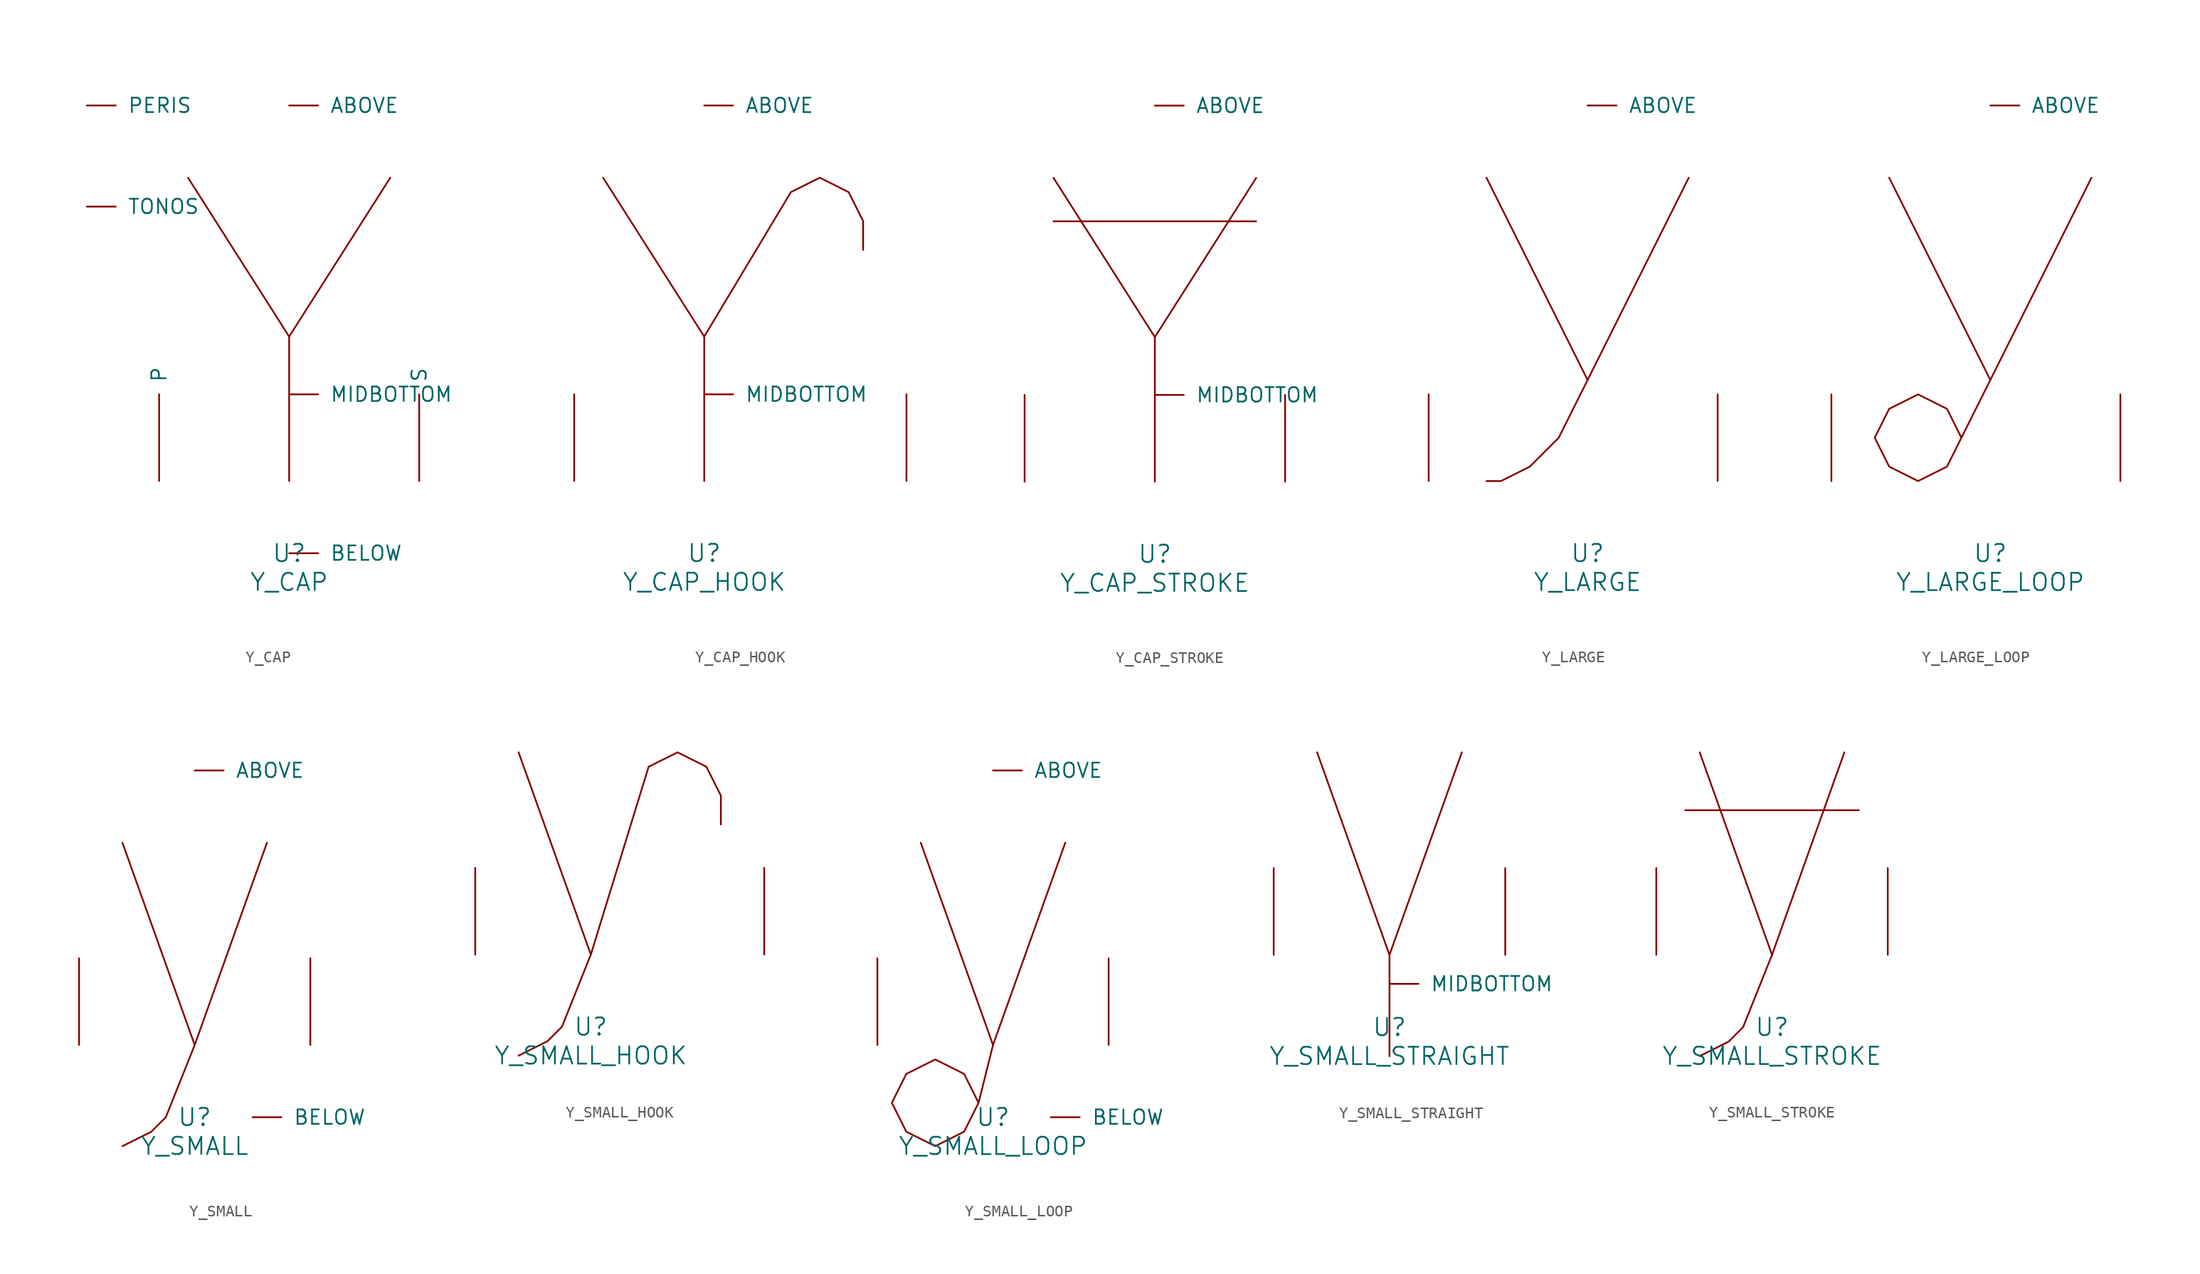
<source format=kicad_sym>
(kicad_symbol_lib
  (version 20220914)
  (generator font_lib2sym)
  (symbol "Y_CAP"
    (pin_names
      (offset 1.016))
    (property "Reference" "U"
      (at 0 -6.35 0)
      (effects (font (size 1.524 1.524))))
    (property "Value" "Y_CAP"
      (at 0 -8.89 0)
      (effects (font (size 1.524 1.524))))
    (symbol "Y_CAP_0_1"
      (polyline (pts (xy 0 12.7) (xy 0 0)) (stroke (width 0) (type solid)) (fill (type none)))
      (polyline (pts (xy -8.89 26.67) (xy 0 12.7) (xy 8.89 26.67)) (stroke (width 0) (type solid)) (fill (type none)))
      (pin input line (at 0 33.02 0) (length 2.54) (name "ABOVE" (effects (font (size 1.27 1.27)))) (number "~" (effects (font (size 1.27 1.27)))))
      (pin input line (at 0 -6.35 0) (length 2.54) (name "BELOW" (effects (font (size 1.27 1.27)))) (number "~" (effects (font (size 1.27 1.27)))))
      (pin input line (at 0 7.62 0) (length 2.54) (name "MIDBOTTOM" (effects (font (size 1.27 1.27)))) (number "~" (effects (font (size 1.27 1.27)))))
      (pin input line (at -11.43 0 90) (length 7.62) (name "P" (effects (font (size 1.27 1.27)))) (number "~" (effects (font (size 1.27 1.27)))))
      (pin input line (at -17.78 33.02 0) (length 2.54) (name "PERIS" (effects (font (size 1.27 1.27)))) (number "~" (effects (font (size 1.27 1.27)))))
      (pin input line (at 11.43 0 90) (length 7.62) (name "S" (effects (font (size 1.27 1.27)))) (number "~" (effects (font (size 1.27 1.27)))))
      (pin input line (at -17.78 24.13 0) (length 2.54) (name "TONOS" (effects (font (size 1.27 1.27)))) (number "~" (effects (font (size 1.27 1.27)))))))
  (symbol "Y_CAP_HOOK"
    (pin_names
      (offset 1.016))
    (property "Reference" "U"
      (at 0 -6.35 0)
      (effects (font (size 1.524 1.524))))
    (property "Value" "Y_CAP_HOOK"
      (at 0 -8.89 0)
      (effects (font (size 1.524 1.524))))
    (symbol "Y_CAP_HOOK_0_1"
      (polyline (pts (xy 0 12.7) (xy 0 0)) (stroke (width 0) (type solid)) (fill (type none)))
      (polyline (pts (xy -8.89 26.67) (xy 0 12.7) (xy 7.62 25.4) (xy 10.16 26.67) (xy 12.7 25.4) (xy 13.97 22.86) (xy 13.97 20.32)) (stroke (width 0) (type solid)) (fill (type none)))
      (pin input line (at 0 33.02 0) (length 2.54) (name "ABOVE" (effects (font (size 1.27 1.27)))) (number "~" (effects (font (size 1.27 1.27)))))
      (pin input line (at 0 7.62 0) (length 2.54) (name "MIDBOTTOM" (effects (font (size 1.27 1.27)))) (number "~" (effects (font (size 1.27 1.27)))))
      (pin input line (at -11.43 0 90) (length 7.62) (name "~" (effects (font (size 1.27 1.27)))) (number "~" (effects (font (size 1.27 1.27)))))
      (pin input line (at 17.78 0 90) (length 7.62) (name "~" (effects (font (size 1.27 1.27)))) (number "~" (effects (font (size 1.27 1.27)))))))
  (symbol "Y_CAP_STROKE"
    (pin_names
      (offset 1.016))
    (property "Reference" "U"
      (at 0 -6.35 0)
      (effects (font (size 1.524 1.524))))
    (property "Value" "Y_CAP_STROKE"
      (at 0 -8.89 0)
      (effects (font (size 1.524 1.524))))
    (symbol "Y_CAP_STROKE_0_1"
      (polyline (pts (xy -8.89 22.86) (xy 8.89 22.86)) (stroke (width 0) (type solid)) (fill (type none)))
      (polyline (pts (xy 0 12.7) (xy 0 0)) (stroke (width 0) (type solid)) (fill (type none)))
      (polyline (pts (xy -8.89 26.67) (xy 0 12.7) (xy 8.89 26.67)) (stroke (width 0) (type solid)) (fill (type none)))
      (pin input line (at 0 33.02 0) (length 2.54) (name "ABOVE" (effects (font (size 1.27 1.27)))) (number "~" (effects (font (size 1.27 1.27)))))
      (pin input line (at 0 7.62 0) (length 2.54) (name "MIDBOTTOM" (effects (font (size 1.27 1.27)))) (number "~" (effects (font (size 1.27 1.27)))))
      (pin input line (at -11.43 0 90) (length 7.62) (name "~" (effects (font (size 1.27 1.27)))) (number "~" (effects (font (size 1.27 1.27)))))
      (pin input line (at 11.43 0 90) (length 7.62) (name "~" (effects (font (size 1.27 1.27)))) (number "~" (effects (font (size 1.27 1.27)))))))
  (symbol "Y_LARGE"
    (pin_names
      (offset 1.016))
    (property "Reference" "U"
      (at 0 -6.35 0)
      (effects (font (size 1.524 1.524))))
    (property "Value" "Y_LARGE"
      (at 0 -8.89 0)
      (effects (font (size 1.524 1.524))))
    (symbol "Y_LARGE_0_1"
      (polyline (pts (xy -8.89 26.67) (xy 0 8.89)) (stroke (width 0) (type solid)) (fill (type none)))
      (polyline (pts (xy 8.89 26.67) (xy -2.54 3.81) (xy -5.08 1.27) (xy -7.62 0) (xy -8.89 0)) (stroke (width 0) (type solid)) (fill (type none)))
      (pin input line (at 0 33.02 0) (length 2.54) (name "ABOVE" (effects (font (size 1.27 1.27)))) (number "~" (effects (font (size 1.27 1.27)))))
      (pin input line (at -13.97 0 90) (length 7.62) (name "~" (effects (font (size 1.27 1.27)))) (number "~" (effects (font (size 1.27 1.27)))))
      (pin input line (at 11.43 0 90) (length 7.62) (name "~" (effects (font (size 1.27 1.27)))) (number "~" (effects (font (size 1.27 1.27)))))))
  (symbol "Y_LARGE_LOOP"
    (pin_names
      (offset 1.016))
    (property "Reference" "U"
      (at 0 -6.35 0)
      (effects (font (size 1.524 1.524))))
    (property "Value" "Y_LARGE_LOOP"
      (at 0 -8.89 0)
      (effects (font (size 1.524 1.524))))
    (symbol "Y_LARGE_LOOP_0_1"
      (polyline (pts (xy -8.89 26.67) (xy 0 8.89)) (stroke (width 0) (type solid)) (fill (type none)))
      (polyline (pts (xy 8.89 26.67) (xy 0 8.89) (xy -2.54 3.81) (xy -3.81 1.27) (xy -6.35 0) (xy -8.89 1.27) (xy -10.16 3.81) (xy -8.89 6.35) (xy -6.35 7.62) (xy -3.81 6.35) (xy -2.54 3.81)) (stroke (width 0) (type solid)) (fill (type none)))
      (pin input line (at 0 33.02 0) (length 2.54) (name "ABOVE" (effects (font (size 1.27 1.27)))) (number "~" (effects (font (size 1.27 1.27)))))
      (pin input line (at -13.97 0 90) (length 7.62) (name "~" (effects (font (size 1.27 1.27)))) (number "~" (effects (font (size 1.27 1.27)))))
      (pin input line (at 11.43 0 90) (length 7.62) (name "~" (effects (font (size 1.27 1.27)))) (number "~" (effects (font (size 1.27 1.27)))))))
  (symbol "Y_SMALL"
    (pin_names
      (offset 1.016))
    (property "Reference" "U"
      (at 0 -6.35 0)
      (effects (font (size 1.524 1.524))))
    (property "Value" "Y_SMALL"
      (at 0 -8.89 0)
      (effects (font (size 1.524 1.524))))
    (symbol "Y_SMALL_0_1"
      (polyline (pts (xy -6.35 17.78) (xy 0 0)) (stroke (width 0) (type solid)) (fill (type none)))
      (polyline (pts (xy 6.35 17.78) (xy 0 0) (xy -2.54 -6.35) (xy -3.81 -7.62) (xy -6.35 -8.89)) (stroke (width 0) (type solid)) (fill (type none)))
      (pin input line (at 0 24.13 0) (length 2.54) (name "ABOVE" (effects (font (size 1.27 1.27)))) (number "~" (effects (font (size 1.27 1.27)))))
      (pin input line (at 5.08 -6.35 0) (length 2.54) (name "BELOW" (effects (font (size 1.27 1.27)))) (number "~" (effects (font (size 1.27 1.27)))))
      (pin input line (at -10.16 0 90) (length 7.62) (name "~" (effects (font (size 1.27 1.27)))) (number "~" (effects (font (size 1.27 1.27)))))
      (pin input line (at 10.16 0 90) (length 7.62) (name "~" (effects (font (size 1.27 1.27)))) (number "~" (effects (font (size 1.27 1.27)))))))
  (symbol "Y_SMALL_HOOK"
    (pin_names
      (offset 1.016))
    (property "Reference" "U"
      (at 0 -6.35 0)
      (effects (font (size 1.524 1.524))))
    (property "Value" "Y_SMALL_HOOK"
      (at 0 -8.89 0)
      (effects (font (size 1.524 1.524))))
    (symbol "Y_SMALL_HOOK_0_1"
      (polyline (pts (xy -6.35 17.78) (xy 0 0)) (stroke (width 0) (type solid)) (fill (type none)))
      (polyline (pts (xy -6.35 -8.89) (xy -3.81 -7.62) (xy -2.54 -6.35) (xy 0 0) (xy 5.08 16.51) (xy 7.62 17.78) (xy 10.16 16.51) (xy 11.43 13.97) (xy 11.43 11.43)) (stroke (width 0) (type solid)) (fill (type none)))
      (pin input line (at -10.16 0 90) (length 7.62) (name "~" (effects (font (size 1.27 1.27)))) (number "~" (effects (font (size 1.27 1.27)))))
      (pin input line (at 15.24 0 90) (length 7.62) (name "~" (effects (font (size 1.27 1.27)))) (number "~" (effects (font (size 1.27 1.27)))))))
  (symbol "Y_SMALL_LOOP"
    (pin_names
      (offset 1.016))
    (property "Reference" "U"
      (at 0 -6.35 0)
      (effects (font (size 1.524 1.524))))
    (property "Value" "Y_SMALL_LOOP"
      (at 0 -8.89 0)
      (effects (font (size 1.524 1.524))))
    (symbol "Y_SMALL_LOOP_0_1"
      (polyline (pts (xy -6.35 17.78) (xy 0 0)) (stroke (width 0) (type solid)) (fill (type none)))
      (polyline (pts (xy 6.35 17.78) (xy 0 0) (xy -1.27 -5.08) (xy -2.54 -7.62) (xy -5.08 -8.89) (xy -7.62 -7.62) (xy -8.89 -5.08) (xy -7.62 -2.54) (xy -5.08 -1.27) (xy -2.54 -2.54) (xy -1.27 -5.08)) (stroke (width 0) (type solid)) (fill (type none)))
      (pin input line (at 0 24.13 0) (length 2.54) (name "ABOVE" (effects (font (size 1.27 1.27)))) (number "~" (effects (font (size 1.27 1.27)))))
      (pin input line (at 5.08 -6.35 0) (length 2.54) (name "BELOW" (effects (font (size 1.27 1.27)))) (number "~" (effects (font (size 1.27 1.27)))))
      (pin input line (at -10.16 0 90) (length 7.62) (name "~" (effects (font (size 1.27 1.27)))) (number "~" (effects (font (size 1.27 1.27)))))
      (pin input line (at 10.16 0 90) (length 7.62) (name "~" (effects (font (size 1.27 1.27)))) (number "~" (effects (font (size 1.27 1.27)))))))
  (symbol "Y_SMALL_STRAIGHT"
    (pin_names
      (offset 1.016))
    (property "Reference" "U"
      (at 0 -6.35 0)
      (effects (font (size 1.524 1.524))))
    (property "Value" "Y_SMALL_STRAIGHT"
      (at 0 -8.89 0)
      (effects (font (size 1.524 1.524))))
    (symbol "Y_SMALL_STRAIGHT_0_1"
      (polyline (pts (xy 0 0) (xy 0 -8.89)) (stroke (width 0) (type solid)) (fill (type none)))
      (polyline (pts (xy -6.35 17.78) (xy 0 0) (xy 6.35 17.78)) (stroke (width 0) (type solid)) (fill (type none)))
      (pin input line (at 0 -2.54 0) (length 2.54) (name "MIDBOTTOM" (effects (font (size 1.27 1.27)))) (number "~" (effects (font (size 1.27 1.27)))))
      (pin input line (at -10.16 0 90) (length 7.62) (name "~" (effects (font (size 1.27 1.27)))) (number "~" (effects (font (size 1.27 1.27)))))
      (pin input line (at 10.16 0 90) (length 7.62) (name "~" (effects (font (size 1.27 1.27)))) (number "~" (effects (font (size 1.27 1.27)))))))
  (symbol "Y_SMALL_STROKE"
    (pin_names
      (offset 1.016))
    (property "Reference" "U"
      (at 0 -6.35 0)
      (effects (font (size 1.524 1.524))))
    (property "Value" "Y_SMALL_STROKE"
      (at 0 -8.89 0)
      (effects (font (size 1.524 1.524))))
    (symbol "Y_SMALL_STROKE_0_1"
      (polyline (pts (xy -7.62 12.7) (xy 7.62 12.7)) (stroke (width 0) (type solid)) (fill (type none)))
      (polyline (pts (xy -6.35 17.78) (xy 0 0)) (stroke (width 0) (type solid)) (fill (type none)))
      (polyline (pts (xy 6.35 17.78) (xy 0 0) (xy -2.54 -6.35) (xy -3.81 -7.62) (xy -6.35 -8.89)) (stroke (width 0) (type solid)) (fill (type none)))
      (pin input line (at -10.16 0 90) (length 7.62) (name "~" (effects (font (size 1.27 1.27)))) (number "~" (effects (font (size 1.27 1.27)))))
      (pin input line (at 10.16 0 90) (length 7.62) (name "~" (effects (font (size 1.27 1.27)))) (number "~" (effects (font (size 1.27 1.27))))))))
</source>
